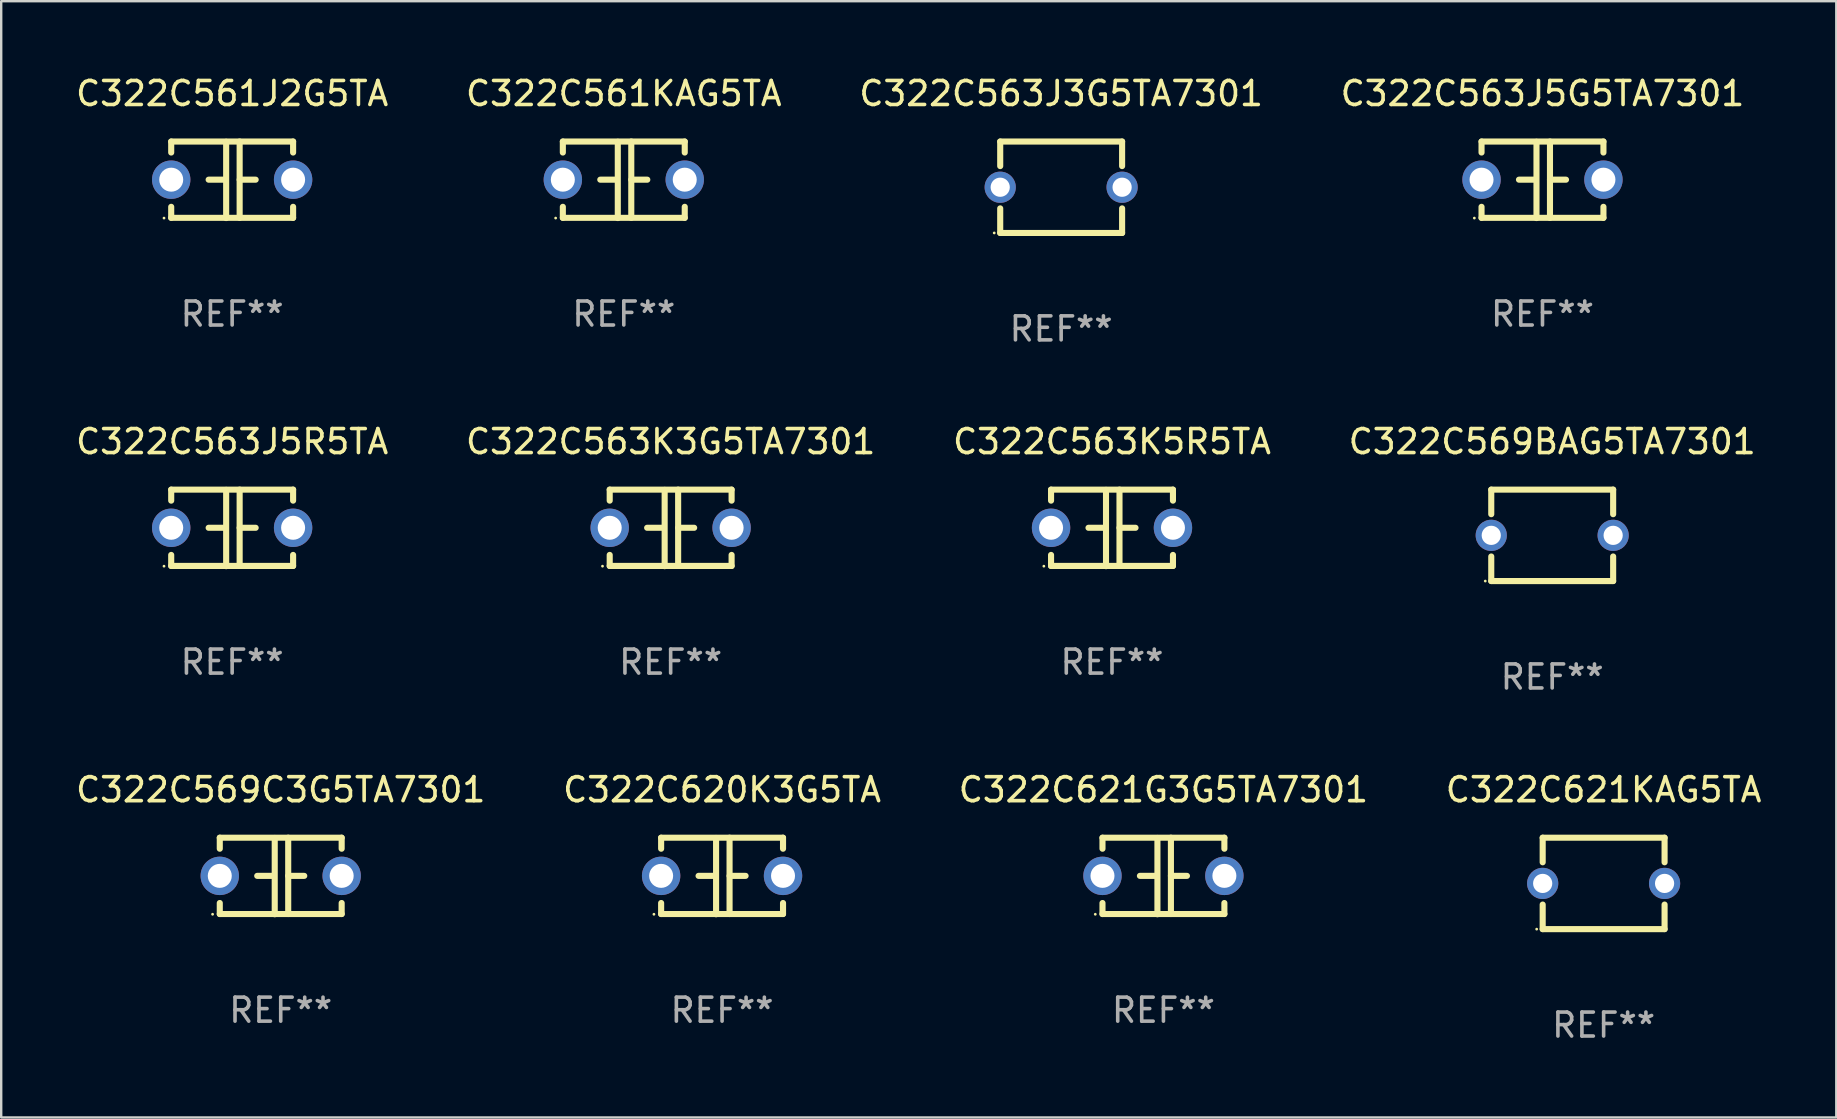
<source format=kicad_pcb>
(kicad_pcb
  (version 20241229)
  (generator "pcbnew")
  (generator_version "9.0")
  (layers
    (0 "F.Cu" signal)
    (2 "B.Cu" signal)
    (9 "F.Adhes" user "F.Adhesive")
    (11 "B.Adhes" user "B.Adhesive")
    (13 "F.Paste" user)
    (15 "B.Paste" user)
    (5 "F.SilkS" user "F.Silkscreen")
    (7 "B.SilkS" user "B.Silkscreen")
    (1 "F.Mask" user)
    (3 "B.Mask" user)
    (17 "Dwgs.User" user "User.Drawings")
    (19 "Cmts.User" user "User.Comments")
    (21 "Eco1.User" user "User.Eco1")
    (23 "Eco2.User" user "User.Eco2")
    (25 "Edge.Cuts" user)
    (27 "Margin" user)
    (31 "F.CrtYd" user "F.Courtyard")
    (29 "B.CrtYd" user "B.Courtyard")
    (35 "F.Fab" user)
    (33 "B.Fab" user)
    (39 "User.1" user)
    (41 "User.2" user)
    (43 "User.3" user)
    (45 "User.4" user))
  (footprint "C322C620K3G5TA"
    (layer "F.Cu")
    (at 27.042 33.456)
    (property "Reference" "C322C620K3G5TA" (at 0 -3.595 0) (layer "F.SilkS") (effects (font (size 1 1) (thickness 0.15))))
    (attr through_hole)
    (fp_line (start -2.54 -1.595) (end -2.54 -1.136) (stroke (width 0.254) (type solid)) (layer "F.SilkS"))
    (fp_line (start -2.54 -1.595) (end 2.54 -1.595) (stroke (width 0.254) (type solid)) (layer "F.SilkS"))
    (fp_line (start -2.54 1.126) (end -2.54 1.585) (stroke (width 0.254) (type solid)) (layer "F.SilkS"))
    (fp_line (start -0.312 -0.005) (end -0.98 -0.005) (stroke (width 0.254) (type solid)) (layer "F.SilkS"))
    (fp_line (start -0.25 -1.585) (end -0.25 1.595) (stroke (width 0.254) (type solid)) (layer "F.SilkS"))
    (fp_line (start 0.312 -1.595) (end 0.312 1.585) (stroke (width 0.254) (type solid)) (layer "F.SilkS"))
    (fp_line (start 0.312 -0.005) (end 0.98 -0.005) (stroke (width 0.254) (type solid)) (layer "F.SilkS"))
    (fp_line (start 2.54 -1.595) (end 2.54 -1.136) (stroke (width 0.254) (type solid)) (layer "F.SilkS"))
    (fp_line (start 2.54 1.126) (end 2.54 1.585) (stroke (width 0.254) (type solid)) (layer "F.SilkS"))
    (fp_line (start 2.54 1.585) (end -2.54 1.585) (stroke (width 0.254) (type solid)) (layer "F.SilkS"))
    (fp_circle (center -2.84 1.595) (end -2.81 1.595) (stroke (width 0.06) (type solid)) (fill no) (layer "F.SilkS"))
    (fp_text user "REF**" (at 0 5.595 0) (layer "F.Fab") (effects (font (size 1 1) (thickness 0.15))))
    (pad "1" thru_hole circle (at -2.54 -0.005) (size 1.6 1.6) (drill 1) (layers "*.Cu" "*.Mask"))
    (pad "2" thru_hole circle (at 2.54 -0.005) (size 1.6 1.6) (drill 1) (layers "*.Cu" "*.Mask")))
  (footprint "C322C563K5R5TA"
    (layer "F.Cu")
    (at 43.292 18.95)
    (property "Reference" "C322C563K5R5TA" (at 0 -3.595 0) (layer "F.SilkS") (effects (font (size 1 1) (thickness 0.15))))
    (attr through_hole)
    (fp_line (start -2.54 -1.595) (end -2.54 -1.136) (stroke (width 0.254) (type solid)) (layer "F.SilkS"))
    (fp_line (start -2.54 -1.595) (end 2.54 -1.595) (stroke (width 0.254) (type solid)) (layer "F.SilkS"))
    (fp_line (start -2.54 1.126) (end -2.54 1.585) (stroke (width 0.254) (type solid)) (layer "F.SilkS"))
    (fp_line (start -0.312 -0.005) (end -0.98 -0.005) (stroke (width 0.254) (type solid)) (layer "F.SilkS"))
    (fp_line (start -0.25 -1.585) (end -0.25 1.595) (stroke (width 0.254) (type solid)) (layer "F.SilkS"))
    (fp_line (start 0.312 -1.595) (end 0.312 1.585) (stroke (width 0.254) (type solid)) (layer "F.SilkS"))
    (fp_line (start 0.312 -0.005) (end 0.98 -0.005) (stroke (width 0.254) (type solid)) (layer "F.SilkS"))
    (fp_line (start 2.54 -1.595) (end 2.54 -1.136) (stroke (width 0.254) (type solid)) (layer "F.SilkS"))
    (fp_line (start 2.54 1.126) (end 2.54 1.585) (stroke (width 0.254) (type solid)) (layer "F.SilkS"))
    (fp_line (start 2.54 1.585) (end -2.54 1.585) (stroke (width 0.254) (type solid)) (layer "F.SilkS"))
    (fp_circle (center -2.84 1.595) (end -2.81 1.595) (stroke (width 0.06) (type solid)) (fill no) (layer "F.SilkS"))
    (fp_text user "REF**" (at 0 5.595 0) (layer "F.Fab") (effects (font (size 1 1) (thickness 0.15))))
    (pad "1" thru_hole circle (at -2.54 -0.005) (size 1.6 1.6) (drill 1) (layers "*.Cu" "*.Mask"))
    (pad "2" thru_hole circle (at 2.54 -0.005) (size 1.6 1.6) (drill 1) (layers "*.Cu" "*.Mask")))
  (footprint "C322C563J5G5TA7301"
    (layer "F.Cu")
    (at 61.232 4.443)
    (property "Reference" "C322C563J5G5TA7301" (at 0 -3.595 0) (layer "F.SilkS") (effects (font (size 1 1) (thickness 0.15))))
    (attr through_hole)
    (fp_line (start -2.54 -1.595) (end -2.54 -1.136) (stroke (width 0.254) (type solid)) (layer "F.SilkS"))
    (fp_line (start -2.54 -1.595) (end 2.54 -1.595) (stroke (width 0.254) (type solid)) (layer "F.SilkS"))
    (fp_line (start -2.54 1.126) (end -2.54 1.585) (stroke (width 0.254) (type solid)) (layer "F.SilkS"))
    (fp_line (start -0.312 -0.005) (end -0.98 -0.005) (stroke (width 0.254) (type solid)) (layer "F.SilkS"))
    (fp_line (start -0.25 -1.585) (end -0.25 1.595) (stroke (width 0.254) (type solid)) (layer "F.SilkS"))
    (fp_line (start 0.312 -1.595) (end 0.312 1.585) (stroke (width 0.254) (type solid)) (layer "F.SilkS"))
    (fp_line (start 0.312 -0.005) (end 0.98 -0.005) (stroke (width 0.254) (type solid)) (layer "F.SilkS"))
    (fp_line (start 2.54 -1.595) (end 2.54 -1.136) (stroke (width 0.254) (type solid)) (layer "F.SilkS"))
    (fp_line (start 2.54 1.126) (end 2.54 1.585) (stroke (width 0.254) (type solid)) (layer "F.SilkS"))
    (fp_line (start 2.54 1.585) (end -2.54 1.585) (stroke (width 0.254) (type solid)) (layer "F.SilkS"))
    (fp_circle (center -2.84 1.595) (end -2.81 1.595) (stroke (width 0.06) (type solid)) (fill no) (layer "F.SilkS"))
    (fp_text user "REF**" (at 0 5.595 0) (layer "F.Fab") (effects (font (size 1 1) (thickness 0.15))))
    (pad "1" thru_hole circle (at -2.54 -0.005) (size 1.6 1.6) (drill 1) (layers "*.Cu" "*.Mask"))
    (pad "2" thru_hole circle (at 2.54 -0.005) (size 1.6 1.6) (drill 1) (layers "*.Cu" "*.Mask")))
  (footprint "C322C569C3G5TA7301"
    (layer "F.Cu")
    (at 8.649 33.456)
    (property "Reference" "C322C569C3G5TA7301" (at 0 -3.595 0) (layer "F.SilkS") (effects (font (size 1 1) (thickness 0.15))))
    (attr through_hole)
    (fp_line (start -2.54 -1.595) (end -2.54 -1.136) (stroke (width 0.254) (type solid)) (layer "F.SilkS"))
    (fp_line (start -2.54 -1.595) (end 2.54 -1.595) (stroke (width 0.254) (type solid)) (layer "F.SilkS"))
    (fp_line (start -2.54 1.126) (end -2.54 1.585) (stroke (width 0.254) (type solid)) (layer "F.SilkS"))
    (fp_line (start -0.312 -0.005) (end -0.98 -0.005) (stroke (width 0.254) (type solid)) (layer "F.SilkS"))
    (fp_line (start -0.25 -1.585) (end -0.25 1.595) (stroke (width 0.254) (type solid)) (layer "F.SilkS"))
    (fp_line (start 0.312 -1.595) (end 0.312 1.585) (stroke (width 0.254) (type solid)) (layer "F.SilkS"))
    (fp_line (start 0.312 -0.005) (end 0.98 -0.005) (stroke (width 0.254) (type solid)) (layer "F.SilkS"))
    (fp_line (start 2.54 -1.595) (end 2.54 -1.136) (stroke (width 0.254) (type solid)) (layer "F.SilkS"))
    (fp_line (start 2.54 1.126) (end 2.54 1.585) (stroke (width 0.254) (type solid)) (layer "F.SilkS"))
    (fp_line (start 2.54 1.585) (end -2.54 1.585) (stroke (width 0.254) (type solid)) (layer "F.SilkS"))
    (fp_circle (center -2.84 1.595) (end -2.81 1.595) (stroke (width 0.06) (type solid)) (fill no) (layer "F.SilkS"))
    (fp_text user "REF**" (at 0 5.595 0) (layer "F.Fab") (effects (font (size 1 1) (thickness 0.15))))
    (pad "1" thru_hole circle (at -2.54 -0.005) (size 1.6 1.6) (drill 1) (layers "*.Cu" "*.Mask"))
    (pad "2" thru_hole circle (at 2.54 -0.005) (size 1.6 1.6) (drill 1) (layers "*.Cu" "*.Mask")))
  (footprint "C322C569BAG5TA7301"
    (layer "F.Cu")
    (at 61.637 19.26)
    (property "Reference" "C322C569BAG5TA7301" (at 0 -3.905 0) (layer "F.SilkS") (effects (font (size 1 1) (thickness 0.15))))
    (attr through_hole)
    (fp_line (start -2.54 -1.905) (end -2.54 -0.881) (stroke (width 0.254) (type solid)) (layer "F.SilkS"))
    (fp_line (start -2.54 0.881) (end -2.54 1.905) (stroke (width 0.254) (type solid)) (layer "F.SilkS"))
    (fp_line (start -2.54 1.905) (end 2.54 1.905) (stroke (width 0.254) (type solid)) (layer "F.SilkS"))
    (fp_line (start 2.54 -1.905) (end -2.54 -1.905) (stroke (width 0.254) (type solid)) (layer "F.SilkS"))
    (fp_line (start 2.54 -0.881) (end 2.54 -1.905) (stroke (width 0.254) (type solid)) (layer "F.SilkS"))
    (fp_line (start 2.54 1.905) (end 2.54 0.881) (stroke (width 0.254) (type solid)) (layer "F.SilkS"))
    (fp_circle (center -2.79 1.905) (end -2.76 1.905) (stroke (width 0.06) (type solid)) (fill no) (layer "F.SilkS"))
    (fp_text user "REF**" (at 0 5.905 0) (layer "F.Fab") (effects (font (size 1 1) (thickness 0.15))))
    (pad "1" thru_hole circle (at -2.54 0) (size 1.3 1.3) (drill 0.8) (layers "*.Cu" "*.Mask"))
    (pad "2" thru_hole circle (at 2.54 0) (size 1.3 1.3) (drill 0.8) (layers "*.Cu" "*.Mask")))
  (footprint "C322C621G3G5TA7301"
    (layer "F.Cu")
    (at 45.435 33.456)
    (property "Reference" "C322C621G3G5TA7301" (at 0 -3.595 0) (layer "F.SilkS") (effects (font (size 1 1) (thickness 0.15))))
    (attr through_hole)
    (fp_line (start -2.54 -1.595) (end -2.54 -1.136) (stroke (width 0.254) (type solid)) (layer "F.SilkS"))
    (fp_line (start -2.54 -1.595) (end 2.54 -1.595) (stroke (width 0.254) (type solid)) (layer "F.SilkS"))
    (fp_line (start -2.54 1.126) (end -2.54 1.585) (stroke (width 0.254) (type solid)) (layer "F.SilkS"))
    (fp_line (start -0.312 -0.005) (end -0.98 -0.005) (stroke (width 0.254) (type solid)) (layer "F.SilkS"))
    (fp_line (start -0.25 -1.585) (end -0.25 1.595) (stroke (width 0.254) (type solid)) (layer "F.SilkS"))
    (fp_line (start 0.312 -1.595) (end 0.312 1.585) (stroke (width 0.254) (type solid)) (layer "F.SilkS"))
    (fp_line (start 0.312 -0.005) (end 0.98 -0.005) (stroke (width 0.254) (type solid)) (layer "F.SilkS"))
    (fp_line (start 2.54 -1.595) (end 2.54 -1.136) (stroke (width 0.254) (type solid)) (layer "F.SilkS"))
    (fp_line (start 2.54 1.126) (end 2.54 1.585) (stroke (width 0.254) (type solid)) (layer "F.SilkS"))
    (fp_line (start 2.54 1.585) (end -2.54 1.585) (stroke (width 0.254) (type solid)) (layer "F.SilkS"))
    (fp_circle (center -2.84 1.595) (end -2.81 1.595) (stroke (width 0.06) (type solid)) (fill no) (layer "F.SilkS"))
    (fp_text user "REF**" (at 0 5.595 0) (layer "F.Fab") (effects (font (size 1 1) (thickness 0.15))))
    (pad "1" thru_hole circle (at -2.54 -0.005) (size 1.6 1.6) (drill 1) (layers "*.Cu" "*.Mask"))
    (pad "2" thru_hole circle (at 2.54 -0.005) (size 1.6 1.6) (drill 1) (layers "*.Cu" "*.Mask")))
  (footprint "C322C561J2G5TA"
    (layer "F.Cu")
    (at 6.625 4.443)
    (property "Reference" "C322C561J2G5TA" (at 0 -3.595 0) (layer "F.SilkS") (effects (font (size 1 1) (thickness 0.15))))
    (attr through_hole)
    (fp_line (start -2.54 -1.595) (end -2.54 -1.136) (stroke (width 0.254) (type solid)) (layer "F.SilkS"))
    (fp_line (start -2.54 -1.595) (end 2.54 -1.595) (stroke (width 0.254) (type solid)) (layer "F.SilkS"))
    (fp_line (start -2.54 1.126) (end -2.54 1.585) (stroke (width 0.254) (type solid)) (layer "F.SilkS"))
    (fp_line (start -0.312 -0.005) (end -0.98 -0.005) (stroke (width 0.254) (type solid)) (layer "F.SilkS"))
    (fp_line (start -0.25 -1.585) (end -0.25 1.595) (stroke (width 0.254) (type solid)) (layer "F.SilkS"))
    (fp_line (start 0.312 -1.595) (end 0.312 1.585) (stroke (width 0.254) (type solid)) (layer "F.SilkS"))
    (fp_line (start 0.312 -0.005) (end 0.98 -0.005) (stroke (width 0.254) (type solid)) (layer "F.SilkS"))
    (fp_line (start 2.54 -1.595) (end 2.54 -1.136) (stroke (width 0.254) (type solid)) (layer "F.SilkS"))
    (fp_line (start 2.54 1.126) (end 2.54 1.585) (stroke (width 0.254) (type solid)) (layer "F.SilkS"))
    (fp_line (start 2.54 1.585) (end -2.54 1.585) (stroke (width 0.254) (type solid)) (layer "F.SilkS"))
    (fp_circle (center -2.84 1.595) (end -2.81 1.595) (stroke (width 0.06) (type solid)) (fill no) (layer "F.SilkS"))
    (fp_text user "REF**" (at 0 5.595 0) (layer "F.Fab") (effects (font (size 1 1) (thickness 0.15))))
    (pad "1" thru_hole circle (at -2.54 -0.005) (size 1.6 1.6) (drill 1) (layers "*.Cu" "*.Mask"))
    (pad "2" thru_hole circle (at 2.54 -0.005) (size 1.6 1.6) (drill 1) (layers "*.Cu" "*.Mask")))
  (footprint "C322C621KAG5TA"
    (layer "F.Cu")
    (at 63.78 33.766)
    (property "Reference" "C322C621KAG5TA" (at 0 -3.905 0) (layer "F.SilkS") (effects (font (size 1 1) (thickness 0.15))))
    (attr through_hole)
    (fp_line (start -2.54 -1.905) (end -2.54 -0.881) (stroke (width 0.254) (type solid)) (layer "F.SilkS"))
    (fp_line (start -2.54 0.881) (end -2.54 1.905) (stroke (width 0.254) (type solid)) (layer "F.SilkS"))
    (fp_line (start -2.54 1.905) (end 2.54 1.905) (stroke (width 0.254) (type solid)) (layer "F.SilkS"))
    (fp_line (start 2.54 -1.905) (end -2.54 -1.905) (stroke (width 0.254) (type solid)) (layer "F.SilkS"))
    (fp_line (start 2.54 -0.881) (end 2.54 -1.905) (stroke (width 0.254) (type solid)) (layer "F.SilkS"))
    (fp_line (start 2.54 1.905) (end 2.54 0.881) (stroke (width 0.254) (type solid)) (layer "F.SilkS"))
    (fp_circle (center -2.79 1.905) (end -2.76 1.905) (stroke (width 0.06) (type solid)) (fill no) (layer "F.SilkS"))
    (fp_text user "REF**" (at 0 5.905 0) (layer "F.Fab") (effects (font (size 1 1) (thickness 0.15))))
    (pad "1" thru_hole circle (at -2.54 0) (size 1.3 1.3) (drill 0.8) (layers "*.Cu" "*.Mask"))
    (pad "2" thru_hole circle (at 2.54 0) (size 1.3 1.3) (drill 0.8) (layers "*.Cu" "*.Mask")))
  (footprint "C322C563J3G5TA7301"
    (layer "F.Cu")
    (at 41.173 4.753)
    (property "Reference" "C322C563J3G5TA7301" (at 0 -3.905 0) (layer "F.SilkS") (effects (font (size 1 1) (thickness 0.15))))
    (attr through_hole)
    (fp_line (start -2.54 -1.905) (end -2.54 -0.881) (stroke (width 0.254) (type solid)) (layer "F.SilkS"))
    (fp_line (start -2.54 0.881) (end -2.54 1.905) (stroke (width 0.254) (type solid)) (layer "F.SilkS"))
    (fp_line (start -2.54 1.905) (end 2.54 1.905) (stroke (width 0.254) (type solid)) (layer "F.SilkS"))
    (fp_line (start 2.54 -1.905) (end -2.54 -1.905) (stroke (width 0.254) (type solid)) (layer "F.SilkS"))
    (fp_line (start 2.54 -0.881) (end 2.54 -1.905) (stroke (width 0.254) (type solid)) (layer "F.SilkS"))
    (fp_line (start 2.54 1.905) (end 2.54 0.881) (stroke (width 0.254) (type solid)) (layer "F.SilkS"))
    (fp_circle (center -2.79 1.905) (end -2.76 1.905) (stroke (width 0.06) (type solid)) (fill no) (layer "F.SilkS"))
    (fp_text user "REF**" (at 0 5.905 0) (layer "F.Fab") (effects (font (size 1 1) (thickness 0.15))))
    (pad "1" thru_hole circle (at -2.54 0) (size 1.3 1.3) (drill 0.8) (layers "*.Cu" "*.Mask"))
    (pad "2" thru_hole circle (at 2.54 0) (size 1.3 1.3) (drill 0.8) (layers "*.Cu" "*.Mask")))
  (footprint "C322C563K3G5TA7301"
    (layer "F.Cu")
    (at 24.899 18.95)
    (property "Reference" "C322C563K3G5TA7301" (at 0 -3.595 0) (layer "F.SilkS") (effects (font (size 1 1) (thickness 0.15))))
    (attr through_hole)
    (fp_line (start -2.54 -1.595) (end -2.54 -1.136) (stroke (width 0.254) (type solid)) (layer "F.SilkS"))
    (fp_line (start -2.54 -1.595) (end 2.54 -1.595) (stroke (width 0.254) (type solid)) (layer "F.SilkS"))
    (fp_line (start -2.54 1.126) (end -2.54 1.585) (stroke (width 0.254) (type solid)) (layer "F.SilkS"))
    (fp_line (start -0.312 -0.005) (end -0.98 -0.005) (stroke (width 0.254) (type solid)) (layer "F.SilkS"))
    (fp_line (start -0.25 -1.585) (end -0.25 1.595) (stroke (width 0.254) (type solid)) (layer "F.SilkS"))
    (fp_line (start 0.312 -1.595) (end 0.312 1.585) (stroke (width 0.254) (type solid)) (layer "F.SilkS"))
    (fp_line (start 0.312 -0.005) (end 0.98 -0.005) (stroke (width 0.254) (type solid)) (layer "F.SilkS"))
    (fp_line (start 2.54 -1.595) (end 2.54 -1.136) (stroke (width 0.254) (type solid)) (layer "F.SilkS"))
    (fp_line (start 2.54 1.126) (end 2.54 1.585) (stroke (width 0.254) (type solid)) (layer "F.SilkS"))
    (fp_line (start 2.54 1.585) (end -2.54 1.585) (stroke (width 0.254) (type solid)) (layer "F.SilkS"))
    (fp_circle (center -2.84 1.595) (end -2.81 1.595) (stroke (width 0.06) (type solid)) (fill no) (layer "F.SilkS"))
    (fp_text user "REF**" (at 0 5.595 0) (layer "F.Fab") (effects (font (size 1 1) (thickness 0.15))))
    (pad "1" thru_hole circle (at -2.54 -0.005) (size 1.6 1.6) (drill 1) (layers "*.Cu" "*.Mask"))
    (pad "2" thru_hole circle (at 2.54 -0.005) (size 1.6 1.6) (drill 1) (layers "*.Cu" "*.Mask")))
  (footprint "C322C561KAG5TA"
    (layer "F.Cu")
    (at 22.946 4.443)
    (property "Reference" "C322C561KAG5TA" (at 0 -3.595 0) (layer "F.SilkS") (effects (font (size 1 1) (thickness 0.15))))
    (attr through_hole)
    (fp_line (start -2.54 -1.595) (end -2.54 -1.136) (stroke (width 0.254) (type solid)) (layer "F.SilkS"))
    (fp_line (start -2.54 -1.595) (end 2.54 -1.595) (stroke (width 0.254) (type solid)) (layer "F.SilkS"))
    (fp_line (start -2.54 1.126) (end -2.54 1.585) (stroke (width 0.254) (type solid)) (layer "F.SilkS"))
    (fp_line (start -0.312 -0.005) (end -0.98 -0.005) (stroke (width 0.254) (type solid)) (layer "F.SilkS"))
    (fp_line (start -0.25 -1.585) (end -0.25 1.595) (stroke (width 0.254) (type solid)) (layer "F.SilkS"))
    (fp_line (start 0.312 -1.595) (end 0.312 1.585) (stroke (width 0.254) (type solid)) (layer "F.SilkS"))
    (fp_line (start 0.312 -0.005) (end 0.98 -0.005) (stroke (width 0.254) (type solid)) (layer "F.SilkS"))
    (fp_line (start 2.54 -1.595) (end 2.54 -1.136) (stroke (width 0.254) (type solid)) (layer "F.SilkS"))
    (fp_line (start 2.54 1.126) (end 2.54 1.585) (stroke (width 0.254) (type solid)) (layer "F.SilkS"))
    (fp_line (start 2.54 1.585) (end -2.54 1.585) (stroke (width 0.254) (type solid)) (layer "F.SilkS"))
    (fp_circle (center -2.84 1.595) (end -2.81 1.595) (stroke (width 0.06) (type solid)) (fill no) (layer "F.SilkS"))
    (fp_text user "REF**" (at 0 5.595 0) (layer "F.Fab") (effects (font (size 1 1) (thickness 0.15))))
    (pad "1" thru_hole circle (at -2.54 -0.005) (size 1.6 1.6) (drill 1) (layers "*.Cu" "*.Mask"))
    (pad "2" thru_hole circle (at 2.54 -0.005) (size 1.6 1.6) (drill 1) (layers "*.Cu" "*.Mask")))
  (footprint "C322C563J5R5TA"
    (layer "F.Cu")
    (at 6.625 18.95)
    (property "Reference" "C322C563J5R5TA" (at 0 -3.595 0) (layer "F.SilkS") (effects (font (size 1 1) (thickness 0.15))))
    (attr through_hole)
    (fp_line (start -2.54 -1.595) (end -2.54 -1.136) (stroke (width 0.254) (type solid)) (layer "F.SilkS"))
    (fp_line (start -2.54 -1.595) (end 2.54 -1.595) (stroke (width 0.254) (type solid)) (layer "F.SilkS"))
    (fp_line (start -2.54 1.126) (end -2.54 1.585) (stroke (width 0.254) (type solid)) (layer "F.SilkS"))
    (fp_line (start -0.312 -0.005) (end -0.98 -0.005) (stroke (width 0.254) (type solid)) (layer "F.SilkS"))
    (fp_line (start -0.25 -1.585) (end -0.25 1.595) (stroke (width 0.254) (type solid)) (layer "F.SilkS"))
    (fp_line (start 0.312 -1.595) (end 0.312 1.585) (stroke (width 0.254) (type solid)) (layer "F.SilkS"))
    (fp_line (start 0.312 -0.005) (end 0.98 -0.005) (stroke (width 0.254) (type solid)) (layer "F.SilkS"))
    (fp_line (start 2.54 -1.595) (end 2.54 -1.136) (stroke (width 0.254) (type solid)) (layer "F.SilkS"))
    (fp_line (start 2.54 1.126) (end 2.54 1.585) (stroke (width 0.254) (type solid)) (layer "F.SilkS"))
    (fp_line (start 2.54 1.585) (end -2.54 1.585) (stroke (width 0.254) (type solid)) (layer "F.SilkS"))
    (fp_circle (center -2.84 1.595) (end -2.81 1.595) (stroke (width 0.06) (type solid)) (fill no) (layer "F.SilkS"))
    (fp_text user "REF**" (at 0 5.595 0) (layer "F.Fab") (effects (font (size 1 1) (thickness 0.15))))
    (pad "1" thru_hole circle (at -2.54 -0.005) (size 1.6 1.6) (drill 1) (layers "*.Cu" "*.Mask"))
    (pad "2" thru_hole circle (at 2.54 -0.005) (size 1.6 1.6) (drill 1) (layers "*.Cu" "*.Mask")))
  (gr_rect
    (start -3 -3)
    (end 73.476 43.52)
    (stroke (width 0.1) (type default))
    (fill no)
    (layer "Edge.Cuts")))
</source>
